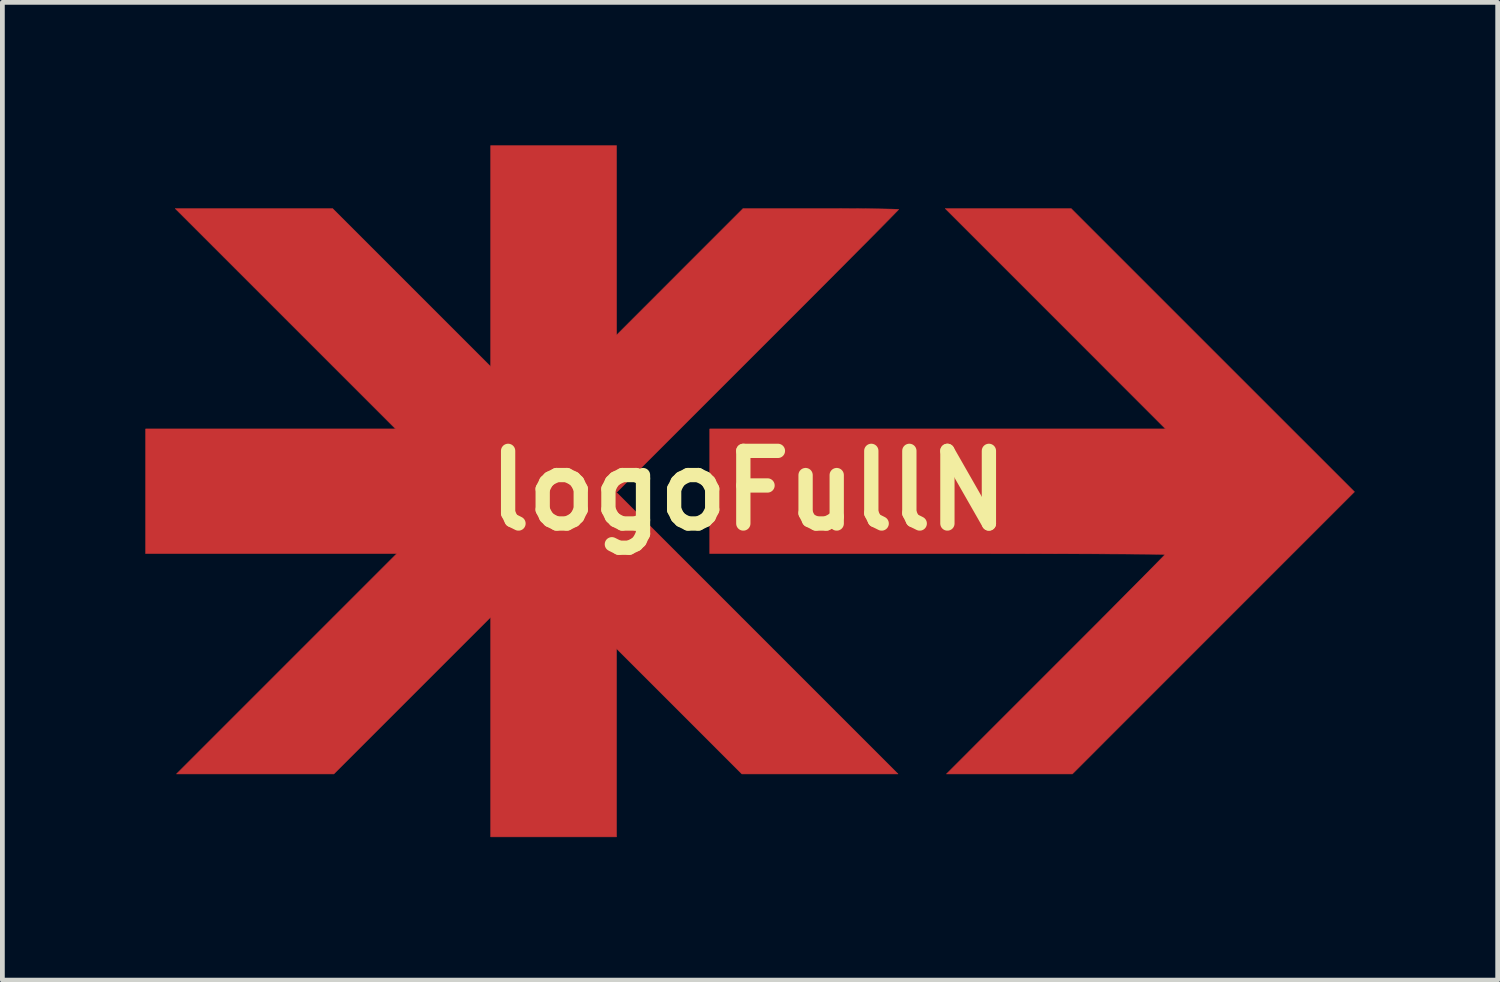
<source format=kicad_pcb>
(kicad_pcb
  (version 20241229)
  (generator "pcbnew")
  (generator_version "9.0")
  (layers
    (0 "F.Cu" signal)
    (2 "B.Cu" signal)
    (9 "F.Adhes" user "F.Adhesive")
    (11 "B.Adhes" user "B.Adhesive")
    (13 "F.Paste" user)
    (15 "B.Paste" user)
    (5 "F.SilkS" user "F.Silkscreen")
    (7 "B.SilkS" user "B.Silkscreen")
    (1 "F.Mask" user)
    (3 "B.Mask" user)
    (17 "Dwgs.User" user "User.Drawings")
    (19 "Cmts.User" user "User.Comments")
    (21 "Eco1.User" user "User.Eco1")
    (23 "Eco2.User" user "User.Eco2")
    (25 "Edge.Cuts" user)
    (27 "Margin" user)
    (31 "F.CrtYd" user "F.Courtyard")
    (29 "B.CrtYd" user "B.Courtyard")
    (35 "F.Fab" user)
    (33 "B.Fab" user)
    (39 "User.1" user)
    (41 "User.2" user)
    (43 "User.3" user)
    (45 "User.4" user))
  (footprint "logoFullN"
    (layer "F.Cu")
    (at 12.654 7.244)
    (property "Reference" "logoFullN" (at 0 0 0) (layer "F.SilkS") (effects (font (size 1.524 1.524) (thickness 0.3))))
    (attr through_hole)
    (fp_poly (pts (xy 9.741 -2.946) (xy 12.713 0.025) (xy 9.754 2.984) (xy 6.795 5.944) (xy 4.153 5.944) (xy 6.445 3.651) (xy 6.729 3.367) (xy 7.003 3.093) (xy 7.265 2.831) (xy 7.512 2.583) (xy 7.742 2.351) (xy 7.954 2.137) (xy 8.146 1.944) (xy 8.314 1.774) (xy 8.457 1.629) (xy 8.573 1.511) (xy 8.66 1.422) (xy 8.716 1.364) (xy 8.737 1.34) (xy 8.738 1.34) (xy 8.713 1.338) (xy 8.639 1.336) (xy 8.52 1.334) (xy 8.358 1.332) (xy 8.154 1.331) (xy 7.912 1.329) (xy 7.635 1.328) (xy 7.324 1.326) (xy 6.982 1.325) (xy 6.611 1.324) (xy 6.214 1.323) (xy 5.794 1.322) (xy 5.353 1.322) (xy 4.893 1.321) (xy 4.418 1.321) (xy 3.962 1.321) (xy -0.813 1.321) (xy -0.813 -1.295) (xy 8.75 -1.295) (xy 6.439 -3.607) (xy 4.128 -5.918) (xy 6.769 -5.918) (xy 9.741 -2.946)) (stroke (width 0.01) (type solid)) (fill yes) (layer "F.Cu"))
    (fp_poly (pts (xy -2.768 -3.264) (xy -1.442 -4.591) (xy -0.115 -5.918) (xy 1.517 -5.918) (xy 1.8 -5.918) (xy 2.067 -5.917) (xy 2.315 -5.916) (xy 2.538 -5.914) (xy 2.734 -5.912) (xy 2.896 -5.909) (xy 3.022 -5.906) (xy 3.107 -5.903) (xy 3.147 -5.9) (xy 3.15 -5.899) (xy 3.132 -5.879) (xy 3.08 -5.826) (xy 2.996 -5.74) (xy 2.882 -5.624) (xy 2.739 -5.479) (xy 2.57 -5.308) (xy 2.376 -5.113) (xy 2.159 -4.895) (xy 1.922 -4.656) (xy 1.665 -4.398) (xy 1.391 -4.123) (xy 1.102 -3.833) (xy 0.799 -3.53) (xy 0.484 -3.215) (xy 0.19 -2.921) (xy -2.769 0.038) (xy 0.184 2.991) (xy 3.137 5.944) (xy -0.14 5.944) (xy -1.454 4.629) (xy -2.769 3.315) (xy -2.769 7.264) (xy -5.41 7.264) (xy -5.41 2.654) (xy -8.7 5.944) (xy -12.001 5.944) (xy -9.69 3.632) (xy -7.379 1.321) (xy -12.649 1.321) (xy -12.649 -1.295) (xy -10.027 -1.295) (xy -7.404 -1.295) (xy -9.716 -3.607) (xy -12.027 -5.918) (xy -10.376 -5.918) (xy -8.725 -5.918) (xy -7.068 -4.261) (xy -5.41 -2.604) (xy -5.41 -7.239) (xy -2.769 -7.239) (xy -2.768 -3.264)) (stroke (width 0.01) (type solid)) (fill yes) (layer "F.Cu")))
  (gr_rect
    (start -3 -3)
    (end 28.372 17.513)
    (stroke (width 0.1) (type default))
    (fill no)
    (layer "Edge.Cuts")))
</source>
